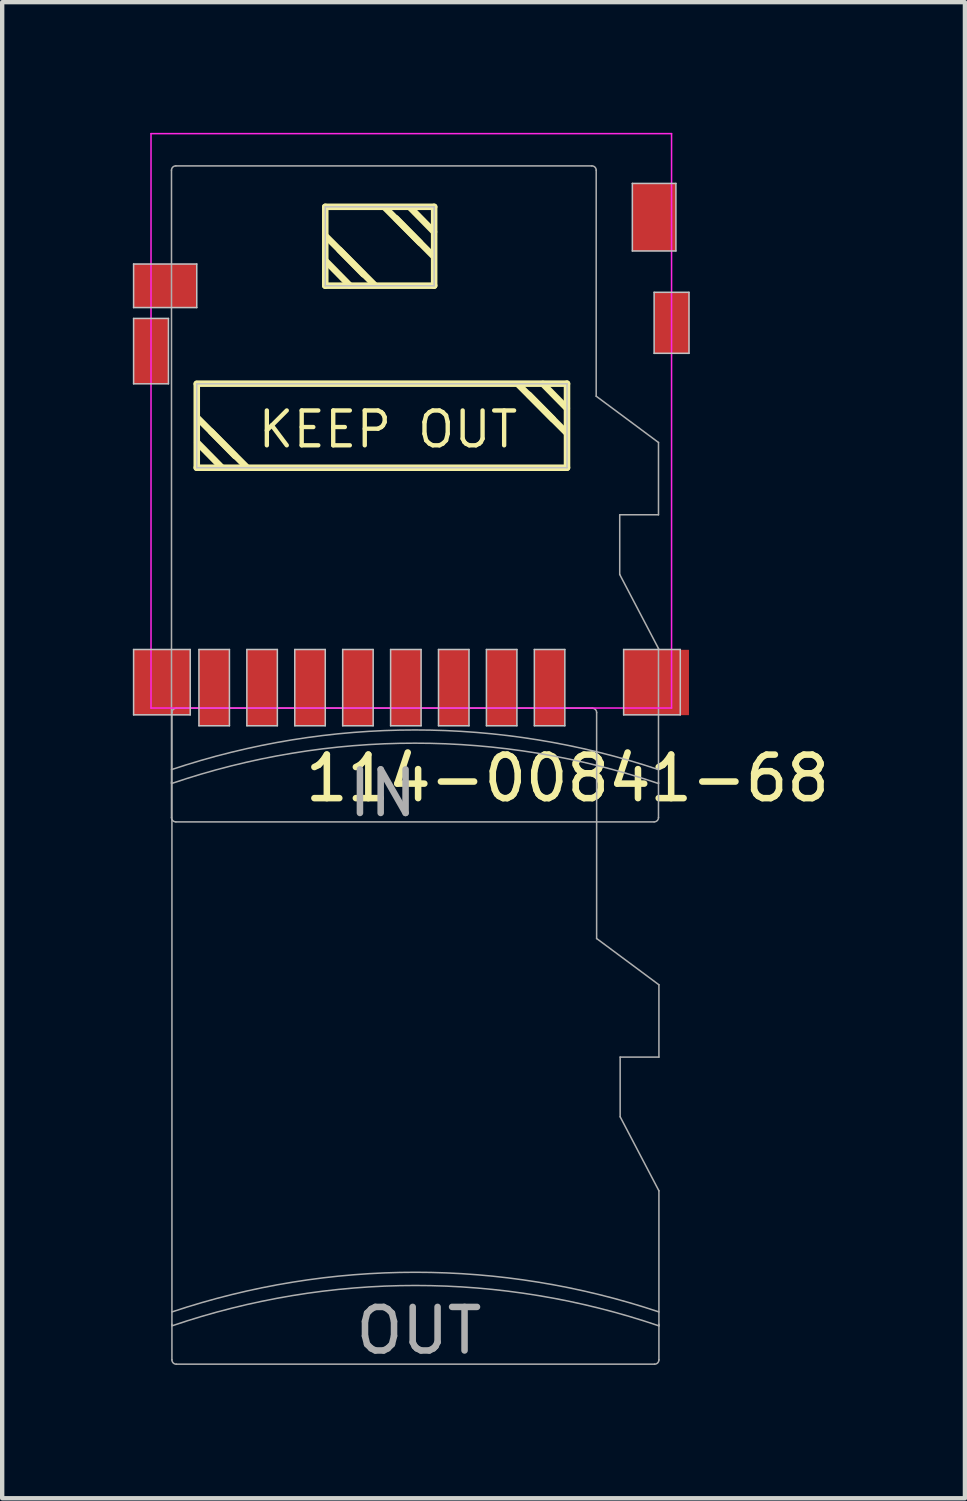
<source format=kicad_pcb>
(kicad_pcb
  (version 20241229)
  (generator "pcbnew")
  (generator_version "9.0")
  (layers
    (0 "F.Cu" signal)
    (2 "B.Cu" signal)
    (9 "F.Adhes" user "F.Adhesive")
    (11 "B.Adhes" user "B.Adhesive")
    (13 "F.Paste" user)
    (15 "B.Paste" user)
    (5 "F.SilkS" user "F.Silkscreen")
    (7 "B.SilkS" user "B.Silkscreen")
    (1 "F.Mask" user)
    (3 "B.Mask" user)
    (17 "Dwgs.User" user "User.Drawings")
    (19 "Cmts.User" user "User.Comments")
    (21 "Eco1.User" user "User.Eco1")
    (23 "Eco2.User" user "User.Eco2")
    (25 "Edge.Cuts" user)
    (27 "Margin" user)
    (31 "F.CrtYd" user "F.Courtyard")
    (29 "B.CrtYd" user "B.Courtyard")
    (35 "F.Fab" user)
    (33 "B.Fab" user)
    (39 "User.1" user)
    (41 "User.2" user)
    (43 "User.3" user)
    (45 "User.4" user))
  (footprint "114-00841-68"
    (layer "F.Cu")
    (at 1.867 3.518)
    (property "Reference" "114-00841-68" (at 8.11 11.3 0) (layer "F.SilkS") (effects (font (size 1 1) (thickness 0.15))))
    (attr through_hole)
    (fp_line (start -0.4 2.24) (end 8.1 2.24) (stroke (width 0.15) (type solid)) (layer "F.SilkS"))
    (fp_line (start -0.4 4.17) (end -0.4 2.25) (stroke (width 0.15) (type solid)) (layer "F.SilkS"))
    (fp_line (start -0.39 3.59) (end 0.16 4.15) (stroke (width 0.15) (type solid)) (layer "F.SilkS"))
    (fp_line (start -0.07 3.34) (end 0.48 3.9) (stroke (width 0.15) (type solid)) (layer "F.SilkS"))
    (fp_line (start 0.73 4.14) (end -0.38 3.03) (stroke (width 0.15) (type solid)) (layer "F.SilkS"))
    (fp_line (start 2.55 -1.82) (end 5.05 -1.82) (stroke (width 0.15) (type solid)) (layer "F.SilkS"))
    (fp_line (start 2.55 -0.01) (end 2.55 -1.82) (stroke (width 0.15) (type solid)) (layer "F.SilkS"))
    (fp_line (start 2.558 -0.58) (end 3.108 -0.02) (stroke (width 0.15) (type solid)) (layer "F.SilkS"))
    (fp_line (start 2.878 -0.83) (end 3.428 -0.27) (stroke (width 0.15) (type solid)) (layer "F.SilkS"))
    (fp_line (start 3.678 -0.03) (end 2.568 -1.14) (stroke (width 0.15) (type solid)) (layer "F.SilkS"))
    (fp_line (start 3.926 -1.795) (end 5.036 -0.685) (stroke (width 0.15) (type solid)) (layer "F.SilkS"))
    (fp_line (start 4.726 -0.995) (end 4.176 -1.555) (stroke (width 0.15) (type solid)) (layer "F.SilkS"))
    (fp_line (start 5.046 -1.245) (end 4.496 -1.805) (stroke (width 0.15) (type solid)) (layer "F.SilkS"))
    (fp_line (start 5.05 -1.82) (end 5.05 -0.01) (stroke (width 0.15) (type solid)) (layer "F.SilkS"))
    (fp_line (start 5.05 -0.01) (end 2.55 -0.01) (stroke (width 0.15) (type solid)) (layer "F.SilkS"))
    (fp_line (start 6.976 2.255) (end 8.086 3.365) (stroke (width 0.15) (type solid)) (layer "F.SilkS"))
    (fp_line (start 7.776 3.055) (end 7.226 2.495) (stroke (width 0.15) (type solid)) (layer "F.SilkS"))
    (fp_line (start 8.096 2.805) (end 7.546 2.245) (stroke (width 0.15) (type solid)) (layer "F.SilkS"))
    (fp_line (start 8.1 2.24) (end 8.1 4.17) (stroke (width 0.15) (type solid)) (layer "F.SilkS"))
    (fp_line (start 8.1 4.17) (end -0.4 4.17) (stroke (width 0.15) (type solid)) (layer "F.SilkS"))
    (fp_line (start -1.85 -0.507) (end -1.85 0.493) (stroke (width 0.035) (type solid)) (layer "Dwgs.User"))
    (fp_line (start -1.85 -0.507) (end -0.4 -0.507) (stroke (width 0.035) (type solid)) (layer "Dwgs.User"))
    (fp_line (start -1.85 0.493) (end -0.4 0.493) (stroke (width 0.035) (type solid)) (layer "Dwgs.User"))
    (fp_line (start -1.85 0.743) (end -1.85 2.243) (stroke (width 0.035) (type solid)) (layer "Dwgs.User"))
    (fp_line (start -1.85 0.743) (end -1.05 0.743) (stroke (width 0.035) (type solid)) (layer "Dwgs.User"))
    (fp_line (start -1.85 2.243) (end -1.05 2.243) (stroke (width 0.035) (type solid)) (layer "Dwgs.User"))
    (fp_line (start -1.85 8.343) (end -1.85 9.843) (stroke (width 0.035) (type solid)) (layer "Dwgs.User"))
    (fp_line (start -1.85 8.343) (end -0.55 8.343) (stroke (width 0.035) (type solid)) (layer "Dwgs.User"))
    (fp_line (start -1.85 9.843) (end -0.55 9.843) (stroke (width 0.035) (type solid)) (layer "Dwgs.User"))
    (fp_line (start -1.05 0.743) (end -1.05 2.243) (stroke (width 0.035) (type solid)) (layer "Dwgs.User"))
    (fp_line (start -0.55 8.343) (end -0.55 9.843) (stroke (width 0.035) (type solid)) (layer "Dwgs.User"))
    (fp_line (start -0.4 -0.507) (end -0.4 0.493) (stroke (width 0.035) (type solid)) (layer "Dwgs.User"))
    (fp_line (start -0.4 2.243) (end -0.4 4.169) (stroke (width 0.035) (type solid)) (layer "Dwgs.User"))
    (fp_line (start -0.4 2.243) (end 8.1 2.243) (stroke (width 0.035) (type solid)) (layer "Dwgs.User"))
    (fp_line (start -0.4 4.169) (end 8.1 4.169) (stroke (width 0.035) (type solid)) (layer "Dwgs.User"))
    (fp_line (start -0.35 8.343) (end -0.35 10.093) (stroke (width 0.035) (type solid)) (layer "Dwgs.User"))
    (fp_line (start -0.35 8.343) (end 0.35 8.343) (stroke (width 0.035) (type solid)) (layer "Dwgs.User"))
    (fp_line (start -0.35 10.093) (end 0.35 10.093) (stroke (width 0.035) (type solid)) (layer "Dwgs.User"))
    (fp_line (start 0.35 8.343) (end 0.35 10.093) (stroke (width 0.035) (type solid)) (layer "Dwgs.User"))
    (fp_line (start 0.75 8.343) (end 0.75 10.093) (stroke (width 0.035) (type solid)) (layer "Dwgs.User"))
    (fp_line (start 0.75 8.343) (end 1.45 8.343) (stroke (width 0.035) (type solid)) (layer "Dwgs.User"))
    (fp_line (start 0.75 10.093) (end 1.45 10.093) (stroke (width 0.035) (type solid)) (layer "Dwgs.User"))
    (fp_line (start 1.45 8.343) (end 1.45 10.093) (stroke (width 0.035) (type solid)) (layer "Dwgs.User"))
    (fp_line (start 1.85 8.343) (end 1.85 10.093) (stroke (width 0.035) (type solid)) (layer "Dwgs.User"))
    (fp_line (start 1.85 8.343) (end 2.55 8.343) (stroke (width 0.035) (type solid)) (layer "Dwgs.User"))
    (fp_line (start 1.85 10.093) (end 2.55 10.093) (stroke (width 0.035) (type solid)) (layer "Dwgs.User"))
    (fp_line (start 2.55 -1.82) (end 2.55 -0.007) (stroke (width 0.035) (type solid)) (layer "Dwgs.User"))
    (fp_line (start 2.55 -1.82) (end 5.05 -1.82) (stroke (width 0.035) (type solid)) (layer "Dwgs.User"))
    (fp_line (start 2.55 -0.007) (end 5.05 -0.007) (stroke (width 0.035) (type solid)) (layer "Dwgs.User"))
    (fp_line (start 2.55 8.343) (end 2.55 10.093) (stroke (width 0.035) (type solid)) (layer "Dwgs.User"))
    (fp_line (start 2.95 8.343) (end 2.95 10.093) (stroke (width 0.035) (type solid)) (layer "Dwgs.User"))
    (fp_line (start 2.95 8.343) (end 3.65 8.343) (stroke (width 0.035) (type solid)) (layer "Dwgs.User"))
    (fp_line (start 2.95 10.093) (end 3.65 10.093) (stroke (width 0.035) (type solid)) (layer "Dwgs.User"))
    (fp_line (start 3.65 8.343) (end 3.65 10.093) (stroke (width 0.035) (type solid)) (layer "Dwgs.User"))
    (fp_line (start 4.05 8.343) (end 4.05 10.093) (stroke (width 0.035) (type solid)) (layer "Dwgs.User"))
    (fp_line (start 4.05 8.343) (end 4.75 8.343) (stroke (width 0.035) (type solid)) (layer "Dwgs.User"))
    (fp_line (start 4.05 10.093) (end 4.75 10.093) (stroke (width 0.035) (type solid)) (layer "Dwgs.User"))
    (fp_line (start 4.75 8.343) (end 4.75 10.093) (stroke (width 0.035) (type solid)) (layer "Dwgs.User"))
    (fp_line (start 5.05 -1.82) (end 5.05 -0.007) (stroke (width 0.035) (type solid)) (layer "Dwgs.User"))
    (fp_line (start 5.15 8.343) (end 5.15 10.093) (stroke (width 0.035) (type solid)) (layer "Dwgs.User"))
    (fp_line (start 5.15 8.343) (end 5.85 8.343) (stroke (width 0.035) (type solid)) (layer "Dwgs.User"))
    (fp_line (start 5.15 10.093) (end 5.85 10.093) (stroke (width 0.035) (type solid)) (layer "Dwgs.User"))
    (fp_line (start 5.85 8.343) (end 5.85 10.093) (stroke (width 0.035) (type solid)) (layer "Dwgs.User"))
    (fp_line (start 6.25 8.343) (end 6.25 10.093) (stroke (width 0.035) (type solid)) (layer "Dwgs.User"))
    (fp_line (start 6.25 8.343) (end 6.95 8.343) (stroke (width 0.035) (type solid)) (layer "Dwgs.User"))
    (fp_line (start 6.25 10.093) (end 6.95 10.093) (stroke (width 0.035) (type solid)) (layer "Dwgs.User"))
    (fp_line (start 6.95 8.343) (end 6.95 10.093) (stroke (width 0.035) (type solid)) (layer "Dwgs.User"))
    (fp_line (start 7.35 8.343) (end 7.35 10.093) (stroke (width 0.035) (type solid)) (layer "Dwgs.User"))
    (fp_line (start 7.35 8.343) (end 8.05 8.343) (stroke (width 0.035) (type solid)) (layer "Dwgs.User"))
    (fp_line (start 7.35 10.093) (end 8.05 10.093) (stroke (width 0.035) (type solid)) (layer "Dwgs.User"))
    (fp_line (start 8.05 8.343) (end 8.05 10.093) (stroke (width 0.035) (type solid)) (layer "Dwgs.User"))
    (fp_line (start 8.1 2.243) (end 8.1 4.169) (stroke (width 0.035) (type solid)) (layer "Dwgs.User"))
    (fp_line (start 9.4 8.343) (end 9.4 9.843) (stroke (width 0.035) (type solid)) (layer "Dwgs.User"))
    (fp_line (start 9.4 8.343) (end 10.7 8.343) (stroke (width 0.035) (type solid)) (layer "Dwgs.User"))
    (fp_line (start 9.4 9.843) (end 10.7 9.843) (stroke (width 0.035) (type solid)) (layer "Dwgs.User"))
    (fp_line (start 9.6 -2.357) (end 9.6 -0.807) (stroke (width 0.035) (type solid)) (layer "Dwgs.User"))
    (fp_line (start 9.6 -2.357) (end 10.6 -2.357) (stroke (width 0.035) (type solid)) (layer "Dwgs.User"))
    (fp_line (start 9.6 -0.807) (end 10.6 -0.807) (stroke (width 0.035) (type solid)) (layer "Dwgs.User"))
    (fp_line (start 10.1 0.143) (end 10.1 1.543) (stroke (width 0.035) (type solid)) (layer "Dwgs.User"))
    (fp_line (start 10.1 0.143) (end 10.9 0.143) (stroke (width 0.035) (type solid)) (layer "Dwgs.User"))
    (fp_line (start 10.1 1.543) (end 10.9 1.543) (stroke (width 0.035) (type solid)) (layer "Dwgs.User"))
    (fp_line (start 10.6 -2.357) (end 10.6 -0.807) (stroke (width 0.035) (type solid)) (layer "Dwgs.User"))
    (fp_line (start 10.7 8.343) (end 10.7 9.843) (stroke (width 0.035) (type solid)) (layer "Dwgs.User"))
    (fp_line (start 10.9 0.143) (end 10.9 1.543) (stroke (width 0.035) (type solid)) (layer "Dwgs.User"))
    (fp_line (start -1.45 -3.5) (end -1.45 9.687) (stroke (width 0.035) (type solid)) (layer "F.CrtYd"))
    (fp_line (start -1.45 -3.5) (end 10.5 -3.5) (stroke (width 0.035) (type solid)) (layer "F.CrtYd"))
    (fp_line (start -1.45 9.687) (end 10.5 9.687) (stroke (width 0.035) (type solid)) (layer "F.CrtYd"))
    (fp_line (start 10.5 -3.5) (end 10.5 9.687) (stroke (width 0.035) (type solid)) (layer "F.CrtYd"))
    (fp_line (start -0.98 -2.66) (end -0.98 11.4) (stroke (width 0.035) (type solid)) (layer "F.Fab"))
    (fp_line (start -0.98 11.383) (end -0.98 12.2) (stroke (width 0.035) (type solid)) (layer "F.Fab"))
    (fp_line (start -0.97 9.79) (end -0.97 23.85) (stroke (width 0.035) (type solid)) (layer "F.Fab"))
    (fp_line (start -0.97 23.833) (end -0.97 24.65) (stroke (width 0.035) (type solid)) (layer "F.Fab"))
    (fp_line (start -0.88 12.3) (end 10.1 12.3) (stroke (width 0.035) (type solid)) (layer "F.Fab"))
    (fp_line (start -0.87 24.75) (end 10.11 24.75) (stroke (width 0.035) (type solid)) (layer "F.Fab"))
    (fp_line (start 8.67 -2.76) (end -0.88 -2.76) (stroke (width 0.035) (type solid)) (layer "F.Fab"))
    (fp_line (start 8.68 9.69) (end -0.87 9.69) (stroke (width 0.035) (type solid)) (layer "F.Fab"))
    (fp_line (start 8.77 2.528) (end 8.77 -2.66) (stroke (width 0.035) (type solid)) (layer "F.Fab"))
    (fp_line (start 8.78 14.978) (end 8.78 9.79) (stroke (width 0.035) (type solid)) (layer "F.Fab"))
    (fp_line (start 9.31 5.25) (end 10.2 5.25) (stroke (width 0.035) (type solid)) (layer "F.Fab"))
    (fp_line (start 9.31 6.62) (end 9.31 5.25) (stroke (width 0.035) (type solid)) (layer "F.Fab"))
    (fp_line (start 9.32 17.7) (end 10.21 17.7) (stroke (width 0.035) (type solid)) (layer "F.Fab"))
    (fp_line (start 9.32 19.07) (end 9.32 17.7) (stroke (width 0.035) (type solid)) (layer "F.Fab"))
    (fp_line (start 10.2 3.59) (end 8.77 2.528) (stroke (width 0.035) (type solid)) (layer "F.Fab"))
    (fp_line (start 10.2 5.25) (end 10.2 3.59) (stroke (width 0.035) (type solid)) (layer "F.Fab"))
    (fp_line (start 10.2 8.32) (end 9.31 6.62) (stroke (width 0.035) (type solid)) (layer "F.Fab"))
    (fp_line (start 10.2 11.42) (end 10.2 8.32) (stroke (width 0.035) (type solid)) (layer "F.Fab"))
    (fp_line (start 10.2 12.2) (end 10.2 11.383) (stroke (width 0.035) (type solid)) (layer "F.Fab"))
    (fp_line (start 10.21 16.04) (end 8.78 14.978) (stroke (width 0.035) (type solid)) (layer "F.Fab"))
    (fp_line (start 10.21 17.7) (end 10.21 16.04) (stroke (width 0.035) (type solid)) (layer "F.Fab"))
    (fp_line (start 10.21 20.77) (end 9.32 19.07) (stroke (width 0.035) (type solid)) (layer "F.Fab"))
    (fp_line (start 10.21 23.87) (end 10.21 20.77) (stroke (width 0.035) (type solid)) (layer "F.Fab"))
    (fp_line (start 10.21 24.65) (end 10.21 23.833) (stroke (width 0.035) (type solid)) (layer "F.Fab"))
    (fp_arc (start -0.980001 11.1) (mid 4.61 10.19) (end 10.2 11.1) (stroke (width 0.035) (type solid)) (layer "F.Fab"))
    (fp_arc (start -0.98 -2.66) (mid -0.950711 -2.730711) (end -0.88 -2.76) (stroke (width 0.035) (type solid)) (layer "F.Fab"))
    (fp_arc (start -0.98 11.42) (mid 4.61 10.49318) (end 10.2 11.42) (stroke (width 0.035) (type solid)) (layer "F.Fab"))
    (fp_arc (start -0.970001 23.55) (mid 4.62 22.64) (end 10.21 23.55) (stroke (width 0.035) (type solid)) (layer "F.Fab"))
    (fp_arc (start -0.97 9.79) (mid -0.940711 9.719289) (end -0.87 9.69) (stroke (width 0.035) (type solid)) (layer "F.Fab"))
    (fp_arc (start -0.97 23.87) (mid 4.62 22.94318) (end 10.21 23.87) (stroke (width 0.035) (type solid)) (layer "F.Fab"))
    (fp_arc (start -0.88 12.3) (mid -0.950711 12.270711) (end -0.98 12.2) (stroke (width 0.035) (type solid)) (layer "F.Fab"))
    (fp_arc (start -0.87 24.75) (mid -0.940711 24.720711) (end -0.97 24.65) (stroke (width 0.035) (type solid)) (layer "F.Fab"))
    (fp_arc (start 8.67 -2.76) (mid 8.740711 -2.730711) (end 8.77 -2.66) (stroke (width 0.035) (type solid)) (layer "F.Fab"))
    (fp_arc (start 8.68 9.69) (mid 8.750711 9.719289) (end 8.78 9.79) (stroke (width 0.035) (type solid)) (layer "F.Fab"))
    (fp_arc (start 10.2 12.2) (mid 10.170711 12.270711) (end 10.1 12.3) (stroke (width 0.035) (type solid)) (layer "F.Fab"))
    (fp_arc (start 10.21 24.65) (mid 10.180711 24.720711) (end 10.11 24.75) (stroke (width 0.035) (type solid)) (layer "F.Fab"))
    (fp_text user "KEEP OUT" (at 3.99 3.29 0) (layer "F.SilkS") (effects (font (size 0.8 0.8) (thickness 0.1))))
    (fp_text user "OUT" (at 4.7 23.98 0) (layer "F.Fab") (effects (font (size 1 1) (thickness 0.15))))
    (fp_text user "IN" (at 3.87 11.64 0) (layer "F.Fab") (effects (font (size 1 1) (thickness 0.15))))
    (pad "1" smd rect (at 7.7 9.225) (size 0.7 1.75) (layers "F.Cu" "F.Mask" "F.Paste"))
    (pad "2" smd rect (at 6.6 9.225) (size 0.7 1.75) (layers "F.Cu" "F.Mask" "F.Paste"))
    (pad "3" smd rect (at 5.5 9.225) (size 0.7 1.75) (layers "F.Cu" "F.Mask" "F.Paste"))
    (pad "4" smd rect (at 4.4 9.225) (size 0.7 1.75) (layers "F.Cu" "F.Mask" "F.Paste"))
    (pad "5" smd rect (at 3.3 9.225) (size 0.7 1.75) (layers "F.Cu" "F.Mask" "F.Paste"))
    (pad "6" smd rect (at 2.2 9.225) (size 0.7 1.75) (layers "F.Cu" "F.Mask" "F.Paste"))
    (pad "7" smd rect (at 1.1 9.225) (size 0.7 1.75) (layers "F.Cu" "F.Mask" "F.Paste"))
    (pad "8" smd rect (at 0 9.225) (size 0.7 1.75) (layers "F.Cu" "F.Mask" "F.Paste"))
    (pad "9" connect rect (at -1.12 -0.01) (size 1.45 1) (layers "F.Cu" "F.Mask"))
    (pad "10" connect rect (at 10.1 -1.58) (size 1 1.55) (layers "F.Cu" "F.Mask"))
    (pad "11" connect rect (at -1.45 1.5) (size 0.8 1.5) (layers "F.Cu" "F.Mask"))
    (pad "11" connect rect (at -1.2 9.1) (size 1.3 1.5) (layers "F.Cu" "F.Mask"))
    (pad "11" connect rect (at 10.15 9.1) (size 1.5 1.5) (layers "F.Cu" "F.Mask"))
    (pad "11" connect rect (at 10.51 0.84) (size 0.8 1.4) (layers "F.Cu" "F.Mask")))
  (gr_rect
    (start -3 -3)
    (end 19.102 31.346)
    (stroke (width 0.1) (type default))
    (fill no)
    (layer "Edge.Cuts")))
</source>
